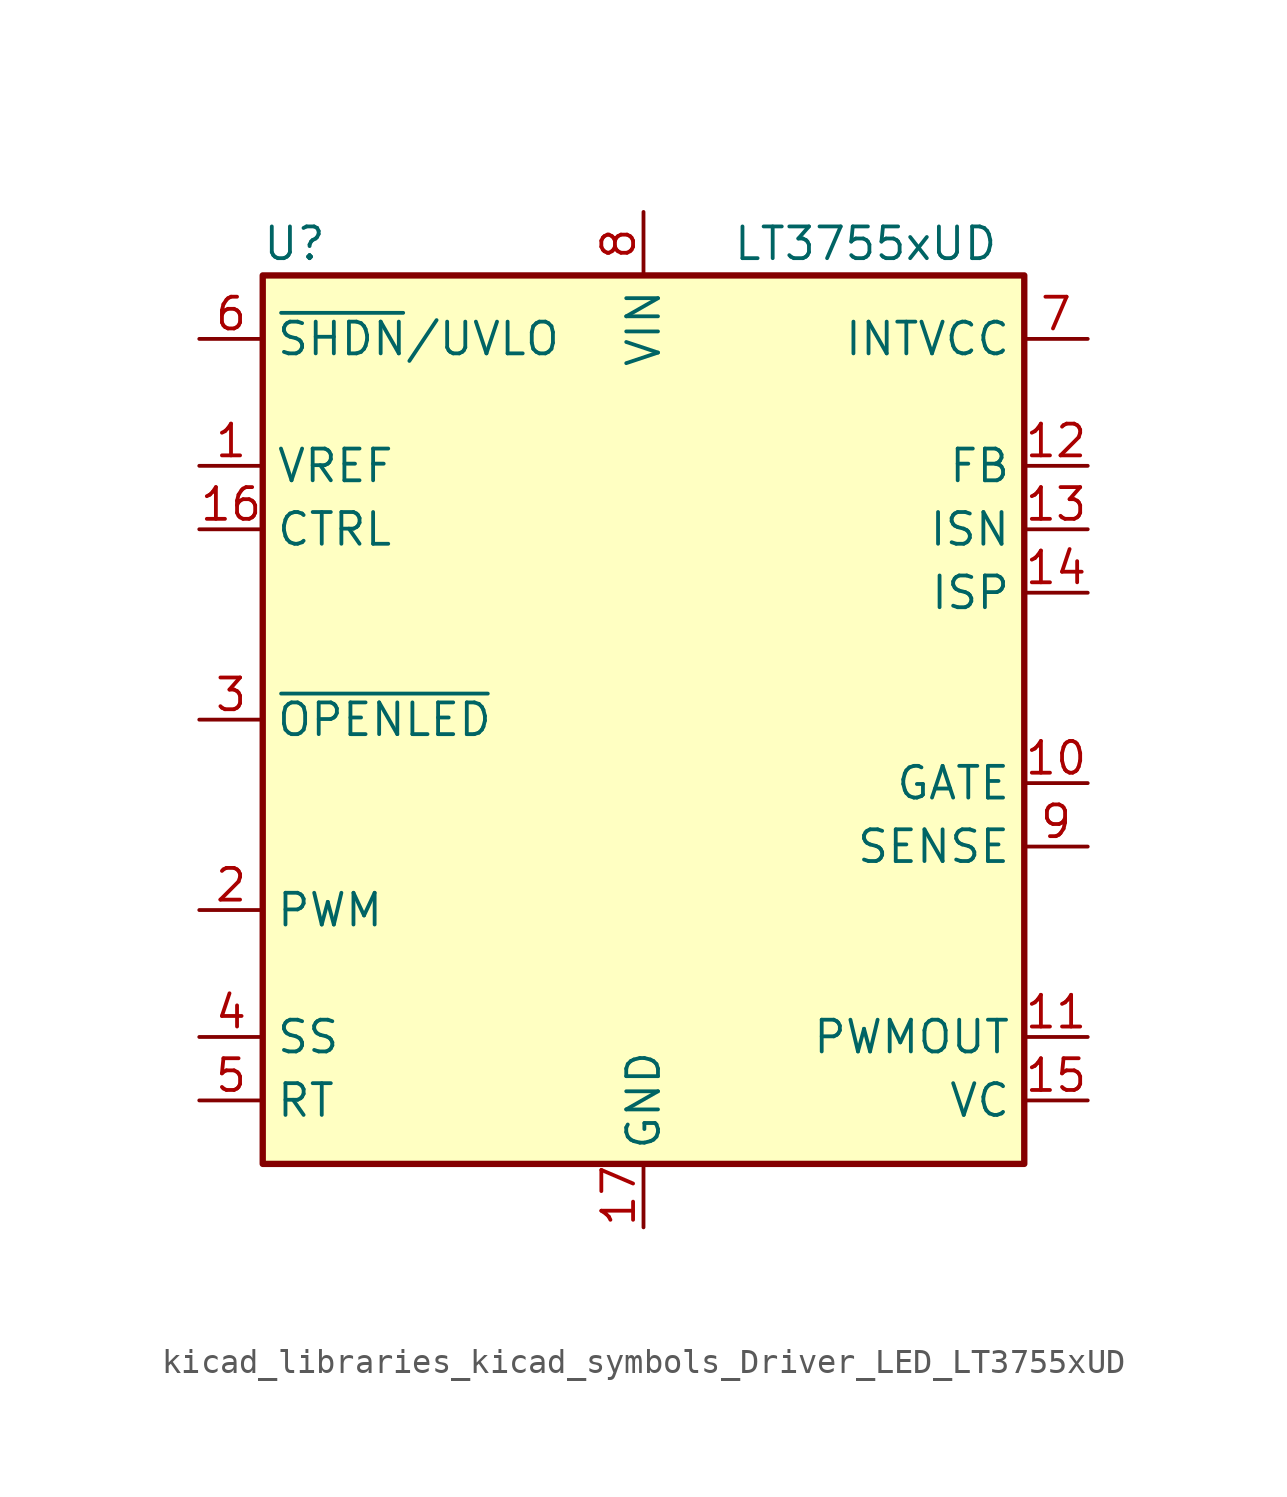
<source format=kicad_sym>
(kicad_symbol_lib
  (version 20220914)
  (generator kicad_symbol_editor)
  (symbol "kicad_libraries_kicad_symbols_Driver_LED_LT3755xUD"
    (property "Reference" "U"
      (at -13.97 19.05 0)
      (effects (font (size 1.27 1.27))))
    (property "Value" "LT3755xUD"
      (at 8.89 19.05 0)
      (effects (font (size 1.27 1.27))))
    (symbol "kicad_libraries_kicad_symbols_Driver_LED_LT3755xUD_0_1"
      (rectangle (start -15.24 -17.78) (end 15.24 17.78) (stroke (width 0.254) (type default)) (fill (type background))))
    (symbol "kicad_libraries_kicad_symbols_Driver_LED_LT3755xUD_1_1"
      (pin output line (at -17.78 10.16 0) (length 2.54) (name "VREF" (effects (font (size 1.27 1.27)))) (number "1" (effects (font (size 1.27 1.27)))))
      (pin output line (at 17.78 -2.54 180) (length 2.54) (name "GATE" (effects (font (size 1.27 1.27)))) (number "10" (effects (font (size 1.27 1.27)))))
      (pin output line (at 17.78 -12.7 180) (length 2.54) (name "PWMOUT" (effects (font (size 1.27 1.27)))) (number "11" (effects (font (size 1.27 1.27)))))
      (pin input line (at 17.78 10.16 180) (length 2.54) (name "FB" (effects (font (size 1.27 1.27)))) (number "12" (effects (font (size 1.27 1.27)))))
      (pin input line (at 17.78 7.62 180) (length 2.54) (name "ISN" (effects (font (size 1.27 1.27)))) (number "13" (effects (font (size 1.27 1.27)))))
      (pin input line (at 17.78 5.08 180) (length 2.54) (name "ISP" (effects (font (size 1.27 1.27)))) (number "14" (effects (font (size 1.27 1.27)))))
      (pin output line (at 17.78 -15.24 180) (length 2.54) (name "VC" (effects (font (size 1.27 1.27)))) (number "15" (effects (font (size 1.27 1.27)))))
      (pin input line (at -17.78 7.62 0) (length 2.54) (name "CTRL" (effects (font (size 1.27 1.27)))) (number "16" (effects (font (size 1.27 1.27)))))
      (pin power_in line (at 0 -20.32 90) (length 2.54) (name "GND" (effects (font (size 1.27 1.27)))) (number "17" (effects (font (size 1.27 1.27)))))
      (pin input line (at -17.78 -7.62 0) (length 2.54) (name "PWM" (effects (font (size 1.27 1.27)))) (number "2" (effects (font (size 1.27 1.27)))))
      (pin input line (at -17.78 0 0) (length 2.54) (name "~{OPENLED}" (effects (font (size 1.27 1.27)))) (number "3" (effects (font (size 1.27 1.27)))))
      (pin input line (at -17.78 -12.7 0) (length 2.54) (name "SS" (effects (font (size 1.27 1.27)))) (number "4" (effects (font (size 1.27 1.27)))))
      (pin input line (at -17.78 -15.24 0) (length 2.54) (name "RT" (effects (font (size 1.27 1.27)))) (number "5" (effects (font (size 1.27 1.27)))))
      (pin input line (at -17.78 15.24 0) (length 2.54) (name "~{SHDN}/UVLO" (effects (font (size 1.27 1.27)))) (number "6" (effects (font (size 1.27 1.27)))))
      (pin power_out line (at 17.78 15.24 180) (length 2.54) (name "INTVCC" (effects (font (size 1.27 1.27)))) (number "7" (effects (font (size 1.27 1.27)))))
      (pin power_in line (at 0 20.32 270) (length 2.54) (name "VIN" (effects (font (size 1.27 1.27)))) (number "8" (effects (font (size 1.27 1.27)))))
      (pin input line (at 17.78 -5.08 180) (length 2.54) (name "SENSE" (effects (font (size 1.27 1.27)))) (number "9" (effects (font (size 1.27 1.27))))))))
</source>
